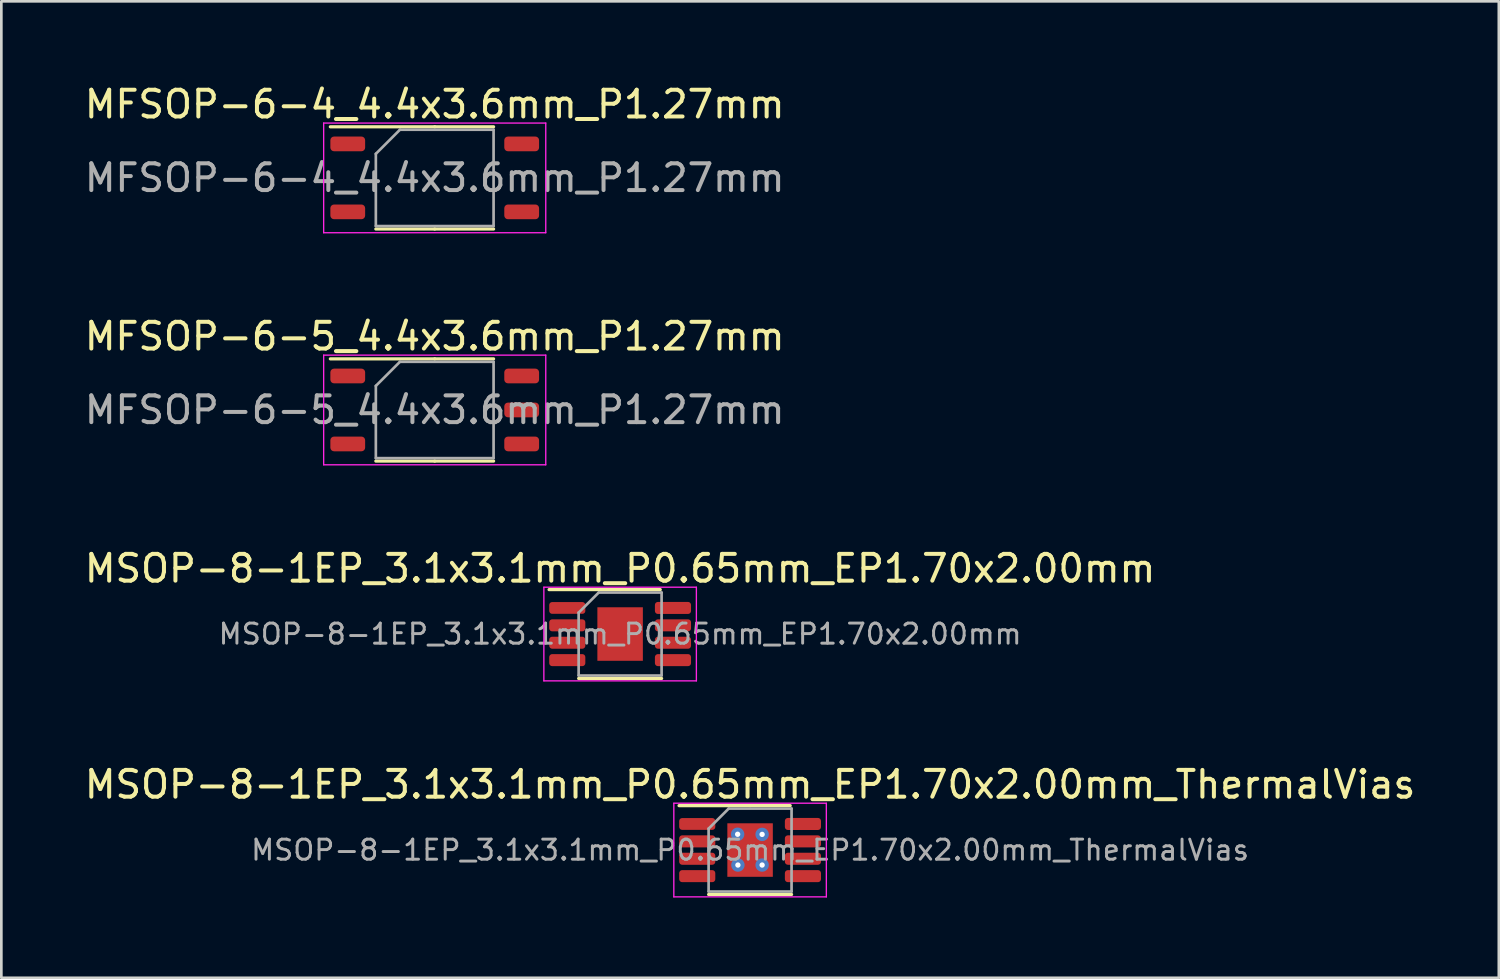
<source format=kicad_pcb>
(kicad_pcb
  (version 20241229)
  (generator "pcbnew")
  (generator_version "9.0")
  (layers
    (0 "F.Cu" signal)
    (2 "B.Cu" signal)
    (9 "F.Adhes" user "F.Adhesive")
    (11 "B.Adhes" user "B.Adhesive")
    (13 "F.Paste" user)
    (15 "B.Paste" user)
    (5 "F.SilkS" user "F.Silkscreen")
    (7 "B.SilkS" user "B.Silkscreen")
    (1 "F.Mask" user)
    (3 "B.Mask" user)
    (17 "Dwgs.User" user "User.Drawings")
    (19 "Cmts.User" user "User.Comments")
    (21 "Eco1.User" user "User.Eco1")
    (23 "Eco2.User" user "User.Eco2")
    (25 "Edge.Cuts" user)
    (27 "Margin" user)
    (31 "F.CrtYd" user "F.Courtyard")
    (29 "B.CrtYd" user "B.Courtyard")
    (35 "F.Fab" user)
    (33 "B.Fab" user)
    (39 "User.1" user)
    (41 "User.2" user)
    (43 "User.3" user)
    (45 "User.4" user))
  (footprint "MSOP-8-1EP_3.1x3.1mm_P0.65mm_EP1.70x2.00mm_ThermalVias"
    (layer "F.Cu")
    (at 24.982 28.718)
    (property "Reference" "MSOP-8-1EP_3.1x3.1mm_P0.65mm_EP1.70x2.00mm_ThermalVias" (at 0 -2.45 0) (layer "F.SilkS") (effects (font (size 1 1) (thickness 0.15))))
    (attr smd)
    (fp_line (start 0 -1.66) (end -2.655 -1.66) (stroke (width 0.12) (type solid)) (layer "F.SilkS"))
    (fp_line (start 0 -1.66) (end 1.5 -1.66) (stroke (width 0.12) (type solid)) (layer "F.SilkS"))
    (fp_line (start 0 1.66) (end -1.55 1.66) (stroke (width 0.12) (type solid)) (layer "F.SilkS"))
    (fp_line (start 0 1.66) (end 1.55 1.66) (stroke (width 0.12) (type solid)) (layer "F.SilkS"))
    (fp_line (start -2.85 -1.75) (end -2.85 1.75) (stroke (width 0.05) (type solid)) (layer "F.CrtYd"))
    (fp_line (start -2.85 1.75) (end 2.85 1.75) (stroke (width 0.05) (type solid)) (layer "F.CrtYd"))
    (fp_line (start 2.85 -1.75) (end -2.85 -1.75) (stroke (width 0.05) (type solid)) (layer "F.CrtYd"))
    (fp_line (start 2.85 1.75) (end 2.85 -1.75) (stroke (width 0.05) (type solid)) (layer "F.CrtYd"))
    (fp_line (start -1.55 -0.8) (end -0.8 -1.55) (stroke (width 0.1) (type solid)) (layer "F.Fab"))
    (fp_line (start -1.55 1.55) (end -1.55 -0.8) (stroke (width 0.1) (type solid)) (layer "F.Fab"))
    (fp_line (start -0.8 -1.55) (end 1.55 -1.55) (stroke (width 0.1) (type solid)) (layer "F.Fab"))
    (fp_line (start 1.55 -1.55) (end 1.55 1.55) (stroke (width 0.1) (type solid)) (layer "F.Fab"))
    (fp_line (start 1.55 1.55) (end -1.55 1.55) (stroke (width 0.1) (type solid)) (layer "F.Fab"))
    (fp_text user "${REFERENCE}" (at 0 0 0) (layer "F.Fab") (effects (font (size 0.75 0.75) (thickness 0.11))))
    (pad "" smd roundrect (at -0.44 -0.54) (size 0.79 0.87) (layers "F.Paste") (roundrect_rratio 0.25))
    (pad "" smd roundrect (at -0.44 0.54) (size 0.79 0.87) (layers "F.Paste") (roundrect_rratio 0.25))
    (pad "" smd roundrect (at 0.44 -0.54) (size 0.79 0.87) (layers "F.Paste") (roundrect_rratio 0.25))
    (pad "" smd roundrect (at 0.44 0.54) (size 0.79 0.87) (layers "F.Paste") (roundrect_rratio 0.25))
    (pad "1" smd roundrect (at -1.975 -0.975) (size 1.35 0.44) (layers "F.Cu" "F.Mask" "F.Paste") (roundrect_rratio 0.25))
    (pad "2" smd roundrect (at -1.975 -0.325) (size 1.35 0.45) (layers "F.Cu" "F.Mask" "F.Paste") (roundrect_rratio 0.25))
    (pad "3" smd roundrect (at -1.975 0.325) (size 1.35 0.45) (layers "F.Cu" "F.Mask" "F.Paste") (roundrect_rratio 0.25))
    (pad "4" smd roundrect (at -1.975 0.975) (size 1.35 0.45) (layers "F.Cu" "F.Mask" "F.Paste") (roundrect_rratio 0.25))
    (pad "5" smd roundrect (at 1.975 0.975) (size 1.35 0.45) (layers "F.Cu" "F.Mask" "F.Paste") (roundrect_rratio 0.25))
    (pad "6" smd roundrect (at 1.975 0.325) (size 1.35 0.45) (layers "F.Cu" "F.Mask" "F.Paste") (roundrect_rratio 0.25))
    (pad "7" smd roundrect (at 1.975 -0.325) (size 1.35 0.45) (layers "F.Cu" "F.Mask" "F.Paste") (roundrect_rratio 0.25))
    (pad "8" smd roundrect (at 1.975 -0.975) (size 1.35 0.45) (layers "F.Cu" "F.Mask" "F.Paste") (roundrect_rratio 0.25))
    (pad "9" thru_hole circle (at -0.465 -0.59) (size 0.5 0.5) (drill 0.2) (layers "*.Cu"))
    (pad "9" thru_hole circle (at -0.455 0.56) (size 0.5 0.5) (drill 0.2) (layers "*.Cu"))
    (pad "9" smd rect (at 0 0) (size 1.7 2) (layers "F.Cu" "F.Mask"))
    (pad "9" thru_hole circle (at 0.45 -0.585) (size 0.5 0.5) (drill 0.2) (layers "*.Cu"))
    (pad "9" thru_hole circle (at 0.45 0.56) (size 0.5 0.5) (drill 0.2) (layers "*.Cu")))
  (footprint "MFSOP-6-5_4.4x3.6mm_P1.27mm"
    (layer "F.Cu")
    (at 13.196 12.271)
    (property "Reference" "MFSOP-6-5_4.4x3.6mm_P1.27mm" (at 0 -2.75 0) (layer "F.SilkS") (effects (font (size 1 1) (thickness 0.15))))
    (attr smd)
    (fp_line (start 0 -1.91) (end -3.9 -1.91) (stroke (width 0.12) (type solid)) (layer "F.SilkS"))
    (fp_line (start 0 -1.91) (end 2.2 -1.91) (stroke (width 0.12) (type solid)) (layer "F.SilkS"))
    (fp_line (start 0 1.91) (end -2.2 1.91) (stroke (width 0.12) (type solid)) (layer "F.SilkS"))
    (fp_line (start 0 1.91) (end 2.2 1.91) (stroke (width 0.12) (type solid)) (layer "F.SilkS"))
    (fp_line (start -4.15 -2.05) (end -4.15 2.05) (stroke (width 0.05) (type solid)) (layer "F.CrtYd"))
    (fp_line (start -4.15 2.05) (end 4.15 2.05) (stroke (width 0.05) (type solid)) (layer "F.CrtYd"))
    (fp_line (start 4.15 -2.05) (end -4.15 -2.05) (stroke (width 0.05) (type solid)) (layer "F.CrtYd"))
    (fp_line (start 4.15 2.05) (end 4.15 -2.05) (stroke (width 0.05) (type solid)) (layer "F.CrtYd"))
    (fp_line (start -2.2 -0.9) (end -1.3 -1.8) (stroke (width 0.1) (type solid)) (layer "F.Fab"))
    (fp_line (start -2.2 1.8) (end -2.2 -0.9) (stroke (width 0.1) (type solid)) (layer "F.Fab"))
    (fp_line (start -1.3 -1.8) (end 2.2 -1.8) (stroke (width 0.1) (type solid)) (layer "F.Fab"))
    (fp_line (start 2.2 -1.8) (end 2.2 1.8) (stroke (width 0.1) (type solid)) (layer "F.Fab"))
    (fp_line (start 2.2 1.8) (end -2.2 1.8) (stroke (width 0.1) (type solid)) (layer "F.Fab"))
    (fp_text user "${REFERENCE}" (at 0 0 0) (layer "F.Fab") (effects (font (size 1 1) (thickness 0.15))))
    (pad "1" smd roundrect (at -3.25 -1.27) (size 1.3 0.55) (layers "F.Cu" "F.Mask" "F.Paste") (roundrect_rratio 0.25))
    (pad "2" smd roundrect (at -3.25 1.27) (size 1.3 0.55) (layers "F.Cu" "F.Mask" "F.Paste") (roundrect_rratio 0.25))
    (pad "3" smd roundrect (at 3.25 1.27) (size 1.3 0.55) (layers "F.Cu" "F.Mask" "F.Paste") (roundrect_rratio 0.25))
    (pad "4" smd roundrect (at 3.25 0) (size 1.3 0.55) (layers "F.Cu" "F.Mask" "F.Paste") (roundrect_rratio 0.25))
    (pad "5" smd roundrect (at 3.25 -1.27) (size 1.3 0.55) (layers "F.Cu" "F.Mask" "F.Paste") (roundrect_rratio 0.25)))
  (footprint "MFSOP-6-4_4.4x3.6mm_P1.27mm"
    (layer "F.Cu")
    (at 13.196 3.598)
    (property "Reference" "MFSOP-6-4_4.4x3.6mm_P1.27mm" (at 0 -2.75 0) (layer "F.SilkS") (effects (font (size 1 1) (thickness 0.15))))
    (attr smd)
    (fp_line (start 0 -1.91) (end -3.9 -1.91) (stroke (width 0.12) (type solid)) (layer "F.SilkS"))
    (fp_line (start 0 -1.91) (end 2.2 -1.91) (stroke (width 0.12) (type solid)) (layer "F.SilkS"))
    (fp_line (start 0 1.91) (end -2.2 1.91) (stroke (width 0.12) (type solid)) (layer "F.SilkS"))
    (fp_line (start 0 1.91) (end 2.2 1.91) (stroke (width 0.12) (type solid)) (layer "F.SilkS"))
    (fp_line (start -4.15 -2.05) (end -4.15 2.05) (stroke (width 0.05) (type solid)) (layer "F.CrtYd"))
    (fp_line (start -4.15 2.05) (end 4.15 2.05) (stroke (width 0.05) (type solid)) (layer "F.CrtYd"))
    (fp_line (start 4.15 -2.05) (end -4.15 -2.05) (stroke (width 0.05) (type solid)) (layer "F.CrtYd"))
    (fp_line (start 4.15 2.05) (end 4.15 -2.05) (stroke (width 0.05) (type solid)) (layer "F.CrtYd"))
    (fp_line (start -2.2 -0.9) (end -1.3 -1.8) (stroke (width 0.1) (type solid)) (layer "F.Fab"))
    (fp_line (start -2.2 1.8) (end -2.2 -0.9) (stroke (width 0.1) (type solid)) (layer "F.Fab"))
    (fp_line (start -1.3 -1.8) (end 2.2 -1.8) (stroke (width 0.1) (type solid)) (layer "F.Fab"))
    (fp_line (start 2.2 -1.8) (end 2.2 1.8) (stroke (width 0.1) (type solid)) (layer "F.Fab"))
    (fp_line (start 2.2 1.8) (end -2.2 1.8) (stroke (width 0.1) (type solid)) (layer "F.Fab"))
    (fp_text user "${REFERENCE}" (at 0 0 0) (layer "F.Fab") (effects (font (size 1 1) (thickness 0.15))))
    (pad "1" smd roundrect (at -3.25 -1.27) (size 1.3 0.55) (layers "F.Cu" "F.Mask" "F.Paste") (roundrect_rratio 0.25))
    (pad "2" smd roundrect (at -3.25 1.27) (size 1.3 0.55) (layers "F.Cu" "F.Mask" "F.Paste") (roundrect_rratio 0.25))
    (pad "3" smd roundrect (at 3.25 1.27) (size 1.3 0.55) (layers "F.Cu" "F.Mask" "F.Paste") (roundrect_rratio 0.25))
    (pad "4" smd roundrect (at 3.25 -1.27) (size 1.3 0.55) (layers "F.Cu" "F.Mask" "F.Paste") (roundrect_rratio 0.25)))
  (footprint "MSOP-8-1EP_3.1x3.1mm_P0.65mm_EP1.70x2.00mm"
    (layer "F.Cu")
    (at 20.125 20.645)
    (property "Reference" "MSOP-8-1EP_3.1x3.1mm_P0.65mm_EP1.70x2.00mm" (at 0 -2.45 0) (layer "F.SilkS") (effects (font (size 1 1) (thickness 0.15))))
    (attr smd)
    (fp_line (start 0 -1.66) (end -2.655 -1.66) (stroke (width 0.12) (type solid)) (layer "F.SilkS"))
    (fp_line (start 0 -1.66) (end 1.5 -1.66) (stroke (width 0.12) (type solid)) (layer "F.SilkS"))
    (fp_line (start 0 1.66) (end -1.55 1.66) (stroke (width 0.12) (type solid)) (layer "F.SilkS"))
    (fp_line (start 0 1.66) (end 1.55 1.66) (stroke (width 0.12) (type solid)) (layer "F.SilkS"))
    (fp_line (start -2.85 -1.75) (end -2.85 1.75) (stroke (width 0.05) (type solid)) (layer "F.CrtYd"))
    (fp_line (start -2.85 1.75) (end 2.85 1.75) (stroke (width 0.05) (type solid)) (layer "F.CrtYd"))
    (fp_line (start 2.85 -1.75) (end -2.85 -1.75) (stroke (width 0.05) (type solid)) (layer "F.CrtYd"))
    (fp_line (start 2.85 1.75) (end 2.85 -1.75) (stroke (width 0.05) (type solid)) (layer "F.CrtYd"))
    (fp_line (start -1.55 -0.8) (end -0.8 -1.55) (stroke (width 0.1) (type solid)) (layer "F.Fab"))
    (fp_line (start -1.55 1.55) (end -1.55 -0.8) (stroke (width 0.1) (type solid)) (layer "F.Fab"))
    (fp_line (start -0.8 -1.55) (end 1.55 -1.55) (stroke (width 0.1) (type solid)) (layer "F.Fab"))
    (fp_line (start 1.55 -1.55) (end 1.55 1.55) (stroke (width 0.1) (type solid)) (layer "F.Fab"))
    (fp_line (start 1.55 1.55) (end -1.55 1.55) (stroke (width 0.1) (type solid)) (layer "F.Fab"))
    (fp_text user "${REFERENCE}" (at 0 0 0) (layer "F.Fab") (effects (font (size 0.75 0.75) (thickness 0.11))))
    (pad "" smd roundrect (at -0.44 -0.54) (size 0.79 0.87) (layers "F.Paste") (roundrect_rratio 0.25))
    (pad "" smd roundrect (at -0.44 0.54) (size 0.79 0.87) (layers "F.Paste") (roundrect_rratio 0.25))
    (pad "" smd roundrect (at 0.44 -0.54) (size 0.79 0.87) (layers "F.Paste") (roundrect_rratio 0.25))
    (pad "" smd roundrect (at 0.44 0.54) (size 0.79 0.87) (layers "F.Paste") (roundrect_rratio 0.25))
    (pad "1" smd roundrect (at -1.975 -0.975) (size 1.35 0.44) (layers "F.Cu" "F.Mask" "F.Paste") (roundrect_rratio 0.25))
    (pad "2" smd roundrect (at -1.975 -0.325) (size 1.35 0.45) (layers "F.Cu" "F.Mask" "F.Paste") (roundrect_rratio 0.25))
    (pad "3" smd roundrect (at -1.975 0.325) (size 1.35 0.45) (layers "F.Cu" "F.Mask" "F.Paste") (roundrect_rratio 0.25))
    (pad "4" smd roundrect (at -1.975 0.975) (size 1.35 0.45) (layers "F.Cu" "F.Mask" "F.Paste") (roundrect_rratio 0.25))
    (pad "5" smd roundrect (at 1.975 0.975) (size 1.35 0.45) (layers "F.Cu" "F.Mask" "F.Paste") (roundrect_rratio 0.25))
    (pad "6" smd roundrect (at 1.975 0.325) (size 1.35 0.45) (layers "F.Cu" "F.Mask" "F.Paste") (roundrect_rratio 0.25))
    (pad "7" smd roundrect (at 1.975 -0.325) (size 1.35 0.45) (layers "F.Cu" "F.Mask" "F.Paste") (roundrect_rratio 0.25))
    (pad "8" smd roundrect (at 1.975 -0.975) (size 1.35 0.45) (layers "F.Cu" "F.Mask" "F.Paste") (roundrect_rratio 0.25))
    (pad "9" smd rect (at 0 0) (size 1.7 2) (layers "F.Cu" "F.Mask")))
  (gr_rect
    (start -3 -3)
    (end 52.964 33.493)
    (stroke (width 0.1) (type default))
    (fill no)
    (layer "Edge.Cuts")))
</source>
